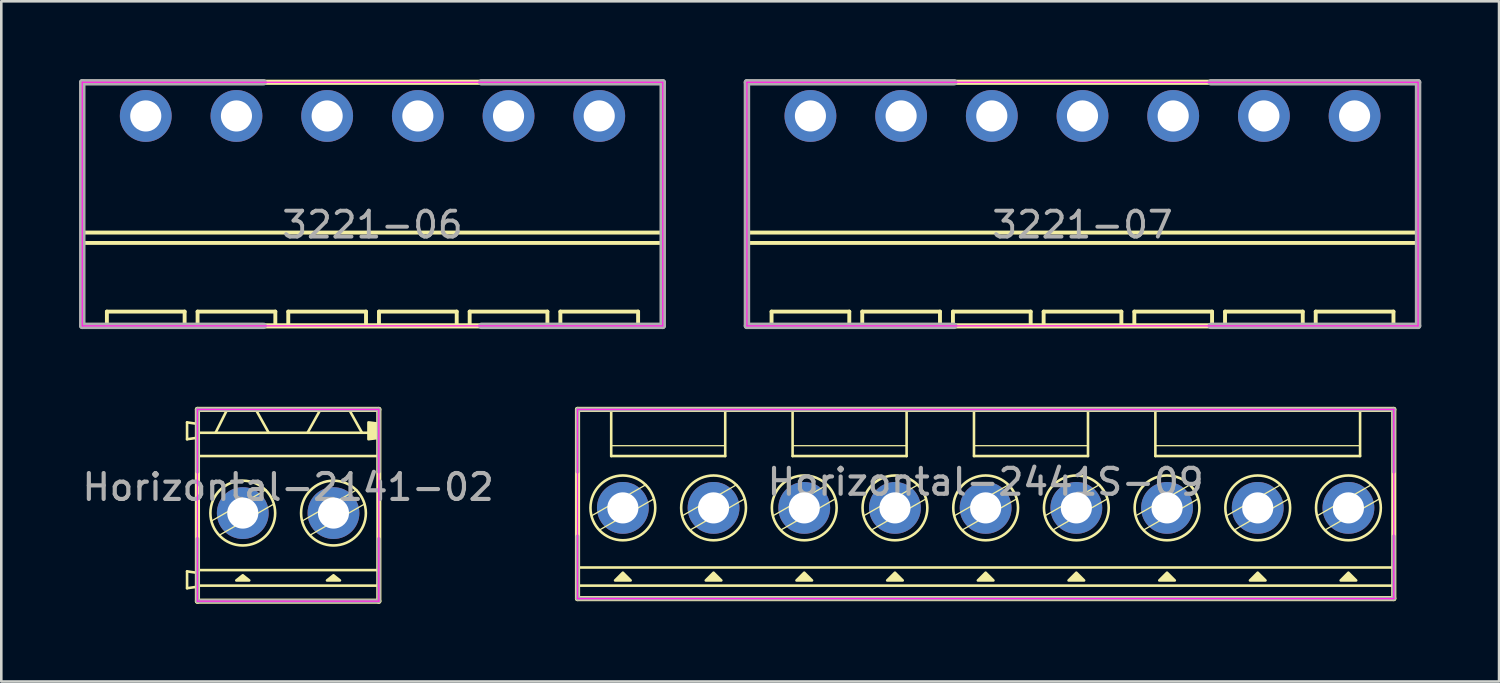
<source format=kicad_pcb>
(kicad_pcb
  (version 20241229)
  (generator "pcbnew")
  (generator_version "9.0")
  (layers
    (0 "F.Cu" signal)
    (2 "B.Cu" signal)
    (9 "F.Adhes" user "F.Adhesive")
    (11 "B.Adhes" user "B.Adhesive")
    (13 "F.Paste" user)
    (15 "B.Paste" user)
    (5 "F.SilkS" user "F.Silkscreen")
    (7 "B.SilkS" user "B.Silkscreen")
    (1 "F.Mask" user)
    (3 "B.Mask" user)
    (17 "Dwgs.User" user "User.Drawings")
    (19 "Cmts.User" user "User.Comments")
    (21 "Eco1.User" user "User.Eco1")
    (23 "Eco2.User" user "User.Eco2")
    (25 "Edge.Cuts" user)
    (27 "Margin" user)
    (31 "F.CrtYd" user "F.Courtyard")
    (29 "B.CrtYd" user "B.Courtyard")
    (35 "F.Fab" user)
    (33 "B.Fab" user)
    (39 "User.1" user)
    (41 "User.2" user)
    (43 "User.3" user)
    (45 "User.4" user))
  (footprint "Horizontal-2141-02"
    (layer "F.Cu")
    (at 8.069 16.75)
    (property "Reference" "Horizontal-2141-02" (at 0 -1 180) (layer "F.Fab") (effects (font (size 1 1) (thickness 0.16))))
    (attr through_hole)
    (fp_line (start -3.9 -3.5) (end -3.9 -2.85) (stroke (width 0.1) (type solid)) (layer "F.SilkS"))
    (fp_line (start -3.9 -2.85) (end -3.55 -2.9) (stroke (width 0.1) (type solid)) (layer "F.SilkS"))
    (fp_line (start -3.9 2.25) (end -3.9 2.9) (stroke (width 0.1) (type solid)) (layer "F.SilkS"))
    (fp_line (start -3.9 2.9) (end -3.55 2.85) (stroke (width 0.1) (type solid)) (layer "F.SilkS"))
    (fp_line (start -3.55 -3.45) (end -3.9 -3.5) (stroke (width 0.1) (type solid)) (layer "F.SilkS"))
    (fp_line (start -3.55 2.3) (end -3.9 2.25) (stroke (width 0.1) (type solid)) (layer "F.SilkS"))
    (fp_line (start -3.5 -4) (end -3.5 3.4) (stroke (width 0.2) (type solid)) (layer "F.SilkS"))
    (fp_line (start -3.5 -4) (end 3.5 -4) (stroke (width 0.2) (type solid)) (layer "F.SilkS"))
    (fp_line (start -3.5 -3.1) (end 3.5 -3.1) (stroke (width 0.1) (type solid)) (layer "F.SilkS"))
    (fp_line (start -3.5 -2.2) (end 3.5 -2.2) (stroke (width 0.1) (type solid)) (layer "F.SilkS"))
    (fp_line (start -3.5 2.2) (end 3.5 2.2) (stroke (width 0.1) (type solid)) (layer "F.SilkS"))
    (fp_line (start -3.5 2.8) (end 3.5 2.8) (stroke (width 0.1) (type solid)) (layer "F.SilkS"))
    (fp_line (start -3.5 3.4) (end 3.5 3.4) (stroke (width 0.2) (type solid)) (layer "F.SilkS"))
    (fp_line (start -2.95 0.3) (end -0.85 -0.9) (stroke (width 0.05) (type solid)) (layer "F.SilkS"))
    (fp_line (start -2.8 -3.1) (end -2.35 -4) (stroke (width 0.1) (type solid)) (layer "F.SilkS"))
    (fp_line (start -2.65 0.85) (end -0.55 -0.35) (stroke (width 0.05) (type solid)) (layer "F.SilkS"))
    (fp_line (start -1.25 -4) (end -0.75 -3.1) (stroke (width 0.1) (type solid)) (layer "F.SilkS"))
    (fp_line (start 0.55 0.3) (end 2.65 -0.9) (stroke (width 0.05) (type solid)) (layer "F.SilkS"))
    (fp_line (start 0.75 -3.1) (end 1.25 -4) (stroke (width 0.1) (type solid)) (layer "F.SilkS"))
    (fp_line (start 0.85 0.85) (end 2.95 -0.35) (stroke (width 0.05) (type solid)) (layer "F.SilkS"))
    (fp_line (start 2.35 -4) (end 2.85 -3.1) (stroke (width 0.1) (type solid)) (layer "F.SilkS"))
    (fp_line (start 3.5 -4) (end 3.5 3.4) (stroke (width 0.2) (type solid)) (layer "F.SilkS"))
    (fp_circle (center -1.75 0) (end -0.5 0) (stroke (width 0.1) (type solid)) (fill no) (layer "F.SilkS"))
    (fp_circle (center 1.75 0) (end 3 0) (stroke (width 0.1) (type solid)) (fill no) (layer "F.SilkS"))
    (fp_poly (pts (xy -1.5 2.6) (xy -2 2.6) (xy -1.75 2.4)) (stroke (width 0.1) (type solid)) (fill yes) (layer "F.SilkS"))
    (fp_poly (pts (xy 2 2.6) (xy 1.5 2.6) (xy 1.75 2.4)) (stroke (width 0.1) (type solid)) (fill yes) (layer "F.SilkS"))
    (fp_poly (pts (xy 3.5 -3.45) (xy 3.5 -2.9) (xy 3.1 -2.85) (xy 3.1 -3.5)) (stroke (width 0.1) (type solid)) (fill yes) (layer "F.SilkS"))
    (fp_line (start -3.5 -4) (end 3.5 -4) (stroke (width 0.05) (type solid)) (layer "F.CrtYd"))
    (fp_line (start -3.5 3.4) (end -3.5 -4) (stroke (width 0.05) (type solid)) (layer "F.CrtYd"))
    (fp_line (start -3.5 3.4) (end 3.5 3.4) (stroke (width 0.05) (type solid)) (layer "F.CrtYd"))
    (fp_line (start 3.5 -4) (end 3.5 3.4) (stroke (width 0.05) (type solid)) (layer "F.CrtYd"))
    (fp_line (start -3.5 -4) (end -3.5 -1.6) (stroke (width 0.15) (type solid)) (layer "F.Fab"))
    (fp_line (start -3.5 -4) (end 3.5 -4) (stroke (width 0.15) (type solid)) (layer "F.Fab"))
    (fp_line (start -3.5 1) (end -3.5 3.4) (stroke (width 0.15) (type solid)) (layer "F.Fab"))
    (fp_line (start -3.5 3.4) (end 3.5 3.4) (stroke (width 0.15) (type solid)) (layer "F.Fab"))
    (fp_line (start 3.5 -4) (end 3.5 -1.6) (stroke (width 0.15) (type solid)) (layer "F.Fab"))
    (fp_line (start 3.5 1) (end 3.5 3.4) (stroke (width 0.15) (type solid)) (layer "F.Fab"))
    (pad "1" thru_hole circle (at -1.75 0) (size 2 2) (drill 1.2) (layers "*.Cu" "*.Mask"))
    (pad "2" thru_hole circle (at 1.75 0) (size 2 2) (drill 1.2) (layers "*.Cu" "*.Mask")))
  (footprint "Horizontal-2441S-09"
    (layer "F.Cu")
    (at 34.987 16.55)
    (property "Reference" "Horizontal-2441S-09" (at 0 -1 180) (layer "F.Fab") (effects (font (size 1 1) (thickness 0.16))))
    (attr through_hole)
    (fp_line (start -15.75 -3.8) (end -15.75 3.5) (stroke (width 0.2) (type solid)) (layer "F.SilkS"))
    (fp_line (start -15.75 -3.8) (end 15.75 -3.8) (stroke (width 0.2) (type solid)) (layer "F.SilkS"))
    (fp_line (start -15.75 2.3) (end 15.75 2.3) (stroke (width 0.1) (type solid)) (layer "F.SilkS"))
    (fp_line (start -15.75 3) (end 15.75 3) (stroke (width 0.1) (type solid)) (layer "F.SilkS"))
    (fp_line (start -15.75 3.5) (end 15.75 3.5) (stroke (width 0.2) (type solid)) (layer "F.SilkS"))
    (fp_line (start -15.2 0.3) (end -13.1 -0.9) (stroke (width 0.05) (type solid)) (layer "F.SilkS"))
    (fp_line (start -14.9 0.85) (end -12.8 -0.35) (stroke (width 0.05) (type solid)) (layer "F.SilkS"))
    (fp_line (start -14.45 -3.8) (end -14.45 -2) (stroke (width 0.1) (type solid)) (layer "F.SilkS"))
    (fp_line (start -14.45 -2.4) (end -10.05 -2.4) (stroke (width 0.05) (type solid)) (layer "F.SilkS"))
    (fp_line (start -14.45 -2) (end -10.05 -2) (stroke (width 0.1) (type solid)) (layer "F.SilkS"))
    (fp_line (start -11.7 0.3) (end -9.6 -0.9) (stroke (width 0.05) (type solid)) (layer "F.SilkS"))
    (fp_line (start -11.4 0.85) (end -9.3 -0.35) (stroke (width 0.05) (type solid)) (layer "F.SilkS"))
    (fp_line (start -10.05 -3.8) (end -10.05 -2) (stroke (width 0.1) (type solid)) (layer "F.SilkS"))
    (fp_line (start -8.2 0.3) (end -6.1 -0.9) (stroke (width 0.05) (type solid)) (layer "F.SilkS"))
    (fp_line (start -7.9 0.85) (end -5.8 -0.35) (stroke (width 0.05) (type solid)) (layer "F.SilkS"))
    (fp_line (start -7.45 -3.8) (end -7.45 -2) (stroke (width 0.1) (type solid)) (layer "F.SilkS"))
    (fp_line (start -7.45 -2.4) (end -3.05 -2.4) (stroke (width 0.05) (type solid)) (layer "F.SilkS"))
    (fp_line (start -7.45 -2) (end -3.05 -2) (stroke (width 0.1) (type solid)) (layer "F.SilkS"))
    (fp_line (start -4.7 0.3) (end -2.6 -0.9) (stroke (width 0.05) (type solid)) (layer "F.SilkS"))
    (fp_line (start -4.4 0.85) (end -2.3 -0.35) (stroke (width 0.05) (type solid)) (layer "F.SilkS"))
    (fp_line (start -3.05 -3.8) (end -3.05 -2) (stroke (width 0.1) (type solid)) (layer "F.SilkS"))
    (fp_line (start -1.2 0.3) (end 0.9 -0.9) (stroke (width 0.05) (type solid)) (layer "F.SilkS"))
    (fp_line (start -0.9 0.85) (end 1.2 -0.35) (stroke (width 0.05) (type solid)) (layer "F.SilkS"))
    (fp_line (start -0.45 -3.8) (end -0.45 -2) (stroke (width 0.1) (type solid)) (layer "F.SilkS"))
    (fp_line (start -0.45 -2.4) (end 3.95 -2.4) (stroke (width 0.05) (type solid)) (layer "F.SilkS"))
    (fp_line (start -0.45 -2) (end 3.95 -2) (stroke (width 0.1) (type solid)) (layer "F.SilkS"))
    (fp_line (start 2.3 0.3) (end 4.4 -0.9) (stroke (width 0.05) (type solid)) (layer "F.SilkS"))
    (fp_line (start 2.6 0.85) (end 4.7 -0.35) (stroke (width 0.05) (type solid)) (layer "F.SilkS"))
    (fp_line (start 3.95 -3.8) (end 3.95 -2) (stroke (width 0.1) (type solid)) (layer "F.SilkS"))
    (fp_line (start 5.8 0.3) (end 7.9 -0.9) (stroke (width 0.05) (type solid)) (layer "F.SilkS"))
    (fp_line (start 6.1 0.85) (end 8.2 -0.35) (stroke (width 0.05) (type solid)) (layer "F.SilkS"))
    (fp_line (start 6.55 -3.8) (end 6.55 -2) (stroke (width 0.1) (type solid)) (layer "F.SilkS"))
    (fp_line (start 6.55 -2.4) (end 14.45 -2.4) (stroke (width 0.05) (type solid)) (layer "F.SilkS"))
    (fp_line (start 6.55 -2) (end 14.45 -2) (stroke (width 0.1) (type solid)) (layer "F.SilkS"))
    (fp_line (start 9.3 0.3) (end 11.4 -0.9) (stroke (width 0.05) (type solid)) (layer "F.SilkS"))
    (fp_line (start 9.6 0.85) (end 11.7 -0.35) (stroke (width 0.05) (type solid)) (layer "F.SilkS"))
    (fp_line (start 12.8 0.3) (end 14.9 -0.9) (stroke (width 0.05) (type solid)) (layer "F.SilkS"))
    (fp_line (start 13.1 0.85) (end 15.2 -0.35) (stroke (width 0.05) (type solid)) (layer "F.SilkS"))
    (fp_line (start 14.45 -3.8) (end 14.45 -2) (stroke (width 0.1) (type solid)) (layer "F.SilkS"))
    (fp_line (start 15.75 -3.8) (end 15.75 3.5) (stroke (width 0.2) (type solid)) (layer "F.SilkS"))
    (fp_circle (center -14 0) (end -12.75 0) (stroke (width 0.1) (type solid)) (fill no) (layer "F.SilkS"))
    (fp_circle (center -10.5 0) (end -9.25 0) (stroke (width 0.1) (type solid)) (fill no) (layer "F.SilkS"))
    (fp_circle (center -7 0) (end -5.75 0) (stroke (width 0.1) (type solid)) (fill no) (layer "F.SilkS"))
    (fp_circle (center -3.5 0) (end -2.25 0) (stroke (width 0.1) (type solid)) (fill no) (layer "F.SilkS"))
    (fp_circle (center 0 0) (end 1.25 0) (stroke (width 0.1) (type solid)) (fill no) (layer "F.SilkS"))
    (fp_circle (center 3.5 0) (end 4.75 0) (stroke (width 0.1) (type solid)) (fill no) (layer "F.SilkS"))
    (fp_circle (center 7 0) (end 8.25 0) (stroke (width 0.1) (type solid)) (fill no) (layer "F.SilkS"))
    (fp_circle (center 10.5 0) (end 11.75 0) (stroke (width 0.1) (type solid)) (fill no) (layer "F.SilkS"))
    (fp_circle (center 14 0) (end 15.25 0) (stroke (width 0.1) (type solid)) (fill no) (layer "F.SilkS"))
    (fp_poly (pts (xy -13.7 2.8) (xy -14.3 2.8) (xy -14 2.5)) (stroke (width 0.1) (type solid)) (fill yes) (layer "F.SilkS"))
    (fp_poly (pts (xy -10.2 2.8) (xy -10.8 2.8) (xy -10.5 2.5)) (stroke (width 0.1) (type solid)) (fill yes) (layer "F.SilkS"))
    (fp_poly (pts (xy -6.7 2.8) (xy -7.3 2.8) (xy -7 2.5)) (stroke (width 0.1) (type solid)) (fill yes) (layer "F.SilkS"))
    (fp_poly (pts (xy -3.2 2.8) (xy -3.8 2.8) (xy -3.5 2.5)) (stroke (width 0.1) (type solid)) (fill yes) (layer "F.SilkS"))
    (fp_poly (pts (xy 0.3 2.8) (xy -0.3 2.8) (xy 0 2.5)) (stroke (width 0.1) (type solid)) (fill yes) (layer "F.SilkS"))
    (fp_poly (pts (xy 3.8 2.8) (xy 3.2 2.8) (xy 3.5 2.5)) (stroke (width 0.1) (type solid)) (fill yes) (layer "F.SilkS"))
    (fp_poly (pts (xy 7.3 2.8) (xy 6.7 2.8) (xy 7 2.5)) (stroke (width 0.1) (type solid)) (fill yes) (layer "F.SilkS"))
    (fp_poly (pts (xy 10.8 2.8) (xy 10.2 2.8) (xy 10.5 2.5)) (stroke (width 0.1) (type solid)) (fill yes) (layer "F.SilkS"))
    (fp_poly (pts (xy 14.3 2.8) (xy 13.7 2.8) (xy 14 2.5)) (stroke (width 0.1) (type solid)) (fill yes) (layer "F.SilkS"))
    (fp_line (start -15.75 3.5) (end -15.75 -3.8) (stroke (width 0.05) (type solid)) (layer "F.CrtYd"))
    (fp_line (start -15.75 3.5) (end 15.75 3.5) (stroke (width 0.05) (type solid)) (layer "F.CrtYd"))
    (fp_line (start 15.75 -3.8) (end -15.75 -3.8) (stroke (width 0.05) (type solid)) (layer "F.CrtYd"))
    (fp_line (start 15.75 -3.8) (end 15.75 3.5) (stroke (width 0.05) (type solid)) (layer "F.CrtYd"))
    (fp_line (start -15.75 -3.8) (end -15.75 -1.4) (stroke (width 0.15) (type solid)) (layer "F.Fab"))
    (fp_line (start -15.75 -3.8) (end 15.75 -3.8) (stroke (width 0.15) (type solid)) (layer "F.Fab"))
    (fp_line (start -15.75 1.1) (end -15.75 3.5) (stroke (width 0.15) (type solid)) (layer "F.Fab"))
    (fp_line (start -15.75 3.5) (end 15.75 3.5) (stroke (width 0.15) (type solid)) (layer "F.Fab"))
    (fp_line (start 15.75 -3.8) (end 15.75 -1.4) (stroke (width 0.15) (type solid)) (layer "F.Fab"))
    (fp_line (start 15.75 1.1) (end 15.75 3.5) (stroke (width 0.15) (type solid)) (layer "F.Fab"))
    (pad "1" thru_hole circle (at -14 0) (size 2 2) (drill 1.2) (layers "*.Cu" "*.Mask"))
    (pad "2" thru_hole circle (at -10.5 0) (size 2 2) (drill 1.2) (layers "*.Cu" "*.Mask"))
    (pad "3" thru_hole circle (at -7 0) (size 2 2) (drill 1.2) (layers "*.Cu" "*.Mask"))
    (pad "4" thru_hole circle (at -3.5 0) (size 2 2) (drill 1.2) (layers "*.Cu" "*.Mask"))
    (pad "5" thru_hole circle (at 0 0) (size 2 2) (drill 1.2) (layers "*.Cu" "*.Mask"))
    (pad "6" thru_hole circle (at 3.5 0) (size 2 2) (drill 1.2) (layers "*.Cu" "*.Mask"))
    (pad "7" thru_hole circle (at 7 0) (size 2 2) (drill 1.2) (layers "*.Cu" "*.Mask"))
    (pad "8" thru_hole circle (at 10.5 0) (size 2 2) (drill 1.2) (layers "*.Cu" "*.Mask"))
    (pad "9" thru_hole circle (at 14 0) (size 2 2) (drill 1.2) (layers "*.Cu" "*.Mask")))
  (footprint "3221-07"
    (layer "F.Cu")
    (at 38.725 1.425)
    (property "Reference" "3221-07" (at 0 4.2 0) (layer "F.Fab") (effects (font (size 1 1) (thickness 0.15))))
    (attr through_hole)
    (fp_line (start -12.95 -1.3) (end -12.95 8.1) (stroke (width 0.2) (type solid)) (layer "F.SilkS"))
    (fp_line (start -12.95 -1.3) (end 12.95 -1.3) (stroke (width 0.2) (type solid)) (layer "F.SilkS"))
    (fp_line (start -12.95 8.1) (end 12.95 8.1) (stroke (width 0.2) (type solid)) (layer "F.SilkS"))
    (fp_line (start -12.9 4.5) (end 12.95 4.5) (stroke (width 0.15) (type solid)) (layer "F.SilkS"))
    (fp_line (start -12 7.55) (end -9 7.55) (stroke (width 0.15) (type solid)) (layer "F.SilkS"))
    (fp_line (start -12 8.1) (end -12 7.55) (stroke (width 0.15) (type solid)) (layer "F.SilkS"))
    (fp_line (start -9 7.55) (end -9 8) (stroke (width 0.15) (type solid)) (layer "F.SilkS"))
    (fp_line (start -8.5 7.55) (end -5.5 7.55) (stroke (width 0.15) (type solid)) (layer "F.SilkS"))
    (fp_line (start -8.5 8.1) (end -8.5 7.55) (stroke (width 0.15) (type solid)) (layer "F.SilkS"))
    (fp_line (start -5.5 7.55) (end -5.5 8) (stroke (width 0.15) (type solid)) (layer "F.SilkS"))
    (fp_line (start -5 7.55) (end -2 7.55) (stroke (width 0.15) (type solid)) (layer "F.SilkS"))
    (fp_line (start -5 8.1) (end -5 7.55) (stroke (width 0.15) (type solid)) (layer "F.SilkS"))
    (fp_line (start -2 7.55) (end -2 8) (stroke (width 0.15) (type solid)) (layer "F.SilkS"))
    (fp_line (start -1.5 7.55) (end 1.5 7.55) (stroke (width 0.15) (type solid)) (layer "F.SilkS"))
    (fp_line (start -1.5 8) (end -1.5 7.55) (stroke (width 0.15) (type solid)) (layer "F.SilkS"))
    (fp_line (start 1.5 7.55) (end 1.5 8.1) (stroke (width 0.15) (type solid)) (layer "F.SilkS"))
    (fp_line (start 2 7.55) (end 5 7.55) (stroke (width 0.15) (type solid)) (layer "F.SilkS"))
    (fp_line (start 2 8.1) (end 2 7.55) (stroke (width 0.15) (type solid)) (layer "F.SilkS"))
    (fp_line (start 5 7.55) (end 5 8) (stroke (width 0.15) (type solid)) (layer "F.SilkS"))
    (fp_line (start 5.5 7.55) (end 8.5 7.55) (stroke (width 0.15) (type solid)) (layer "F.SilkS"))
    (fp_line (start 5.5 8) (end 5.5 7.55) (stroke (width 0.15) (type solid)) (layer "F.SilkS"))
    (fp_line (start 8.5 7.55) (end 8.5 8.1) (stroke (width 0.15) (type solid)) (layer "F.SilkS"))
    (fp_line (start 9 7.55) (end 12 7.55) (stroke (width 0.15) (type solid)) (layer "F.SilkS"))
    (fp_line (start 9 8) (end 9 7.55) (stroke (width 0.15) (type solid)) (layer "F.SilkS"))
    (fp_line (start 12 7.55) (end 12 8.1) (stroke (width 0.15) (type solid)) (layer "F.SilkS"))
    (fp_line (start 12.95 -1.3) (end 12.95 8.1) (stroke (width 0.2) (type solid)) (layer "F.SilkS"))
    (fp_line (start 12.95 4.9) (end -12.95 4.9) (stroke (width 0.15) (type solid)) (layer "F.SilkS"))
    (fp_line (start -12.95 -1.3) (end -12.95 8.1) (stroke (width 0.05) (type solid)) (layer "F.CrtYd"))
    (fp_line (start -12.95 8.1) (end 12.95 8.1) (stroke (width 0.05) (type solid)) (layer "F.CrtYd"))
    (fp_line (start 12.95 -1.3) (end -12.95 -1.3) (stroke (width 0.05) (type solid)) (layer "F.CrtYd"))
    (fp_line (start 12.95 8.1) (end 12.95 -1.3) (stroke (width 0.05) (type solid)) (layer "F.CrtYd"))
    (fp_line (start -12.95 -1.3) (end -12.95 8.1) (stroke (width 0.25) (type solid)) (layer "F.Fab"))
    (fp_line (start -12.95 -1.3) (end -4.95 -1.3) (stroke (width 0.25) (type solid)) (layer "F.Fab"))
    (fp_line (start -12.95 8.1) (end -4.95 8.1) (stroke (width 0.25) (type solid)) (layer "F.Fab"))
    (fp_line (start 4.95 -1.3) (end 12.95 -1.3) (stroke (width 0.25) (type solid)) (layer "F.Fab"))
    (fp_line (start 4.95 8.1) (end 12.95 8.1) (stroke (width 0.25) (type solid)) (layer "F.Fab"))
    (fp_line (start 12.95 -1.3) (end 12.95 8.1) (stroke (width 0.25) (type solid)) (layer "F.Fab"))
    (pad "1" thru_hole circle (at -10.5 0 180) (size 2 2) (drill 1.2) (layers "*.Cu" "*.Mask"))
    (pad "2" thru_hole circle (at -7 0 180) (size 2 2) (drill 1.2) (layers "*.Cu" "*.Mask"))
    (pad "3" thru_hole circle (at -3.5 0 180) (size 2 2) (drill 1.2) (layers "*.Cu" "*.Mask"))
    (pad "4" thru_hole circle (at 0 0 180) (size 2 2) (drill 1.2) (layers "*.Cu" "*.Mask"))
    (pad "5" thru_hole circle (at 3.5 0 180) (size 2 2) (drill 1.2) (layers "*.Cu" "*.Mask"))
    (pad "6" thru_hole circle (at 7 0 180) (size 2 2) (drill 1.2) (layers "*.Cu" "*.Mask"))
    (pad "7" thru_hole circle (at 10.5 0 180) (size 2 2) (drill 1.2) (layers "*.Cu" "*.Mask")))
  (footprint "3221-06"
    (layer "F.Cu")
    (at 11.325 1.425)
    (property "Reference" "3221-06" (at 0 4.2 0) (layer "F.Fab") (effects (font (size 1 1) (thickness 0.15))))
    (attr through_hole)
    (fp_line (start -11.2 -1.3) (end -11.2 8.1) (stroke (width 0.2) (type solid)) (layer "F.SilkS"))
    (fp_line (start -11.2 -1.3) (end 11.2 -1.3) (stroke (width 0.2) (type solid)) (layer "F.SilkS"))
    (fp_line (start -11.2 4.5) (end 11.2 4.5) (stroke (width 0.15) (type solid)) (layer "F.SilkS"))
    (fp_line (start -11.2 8.1) (end 11.2 8.1) (stroke (width 0.2) (type solid)) (layer "F.SilkS"))
    (fp_line (start -10.25 7.55) (end -7.25 7.55) (stroke (width 0.15) (type solid)) (layer "F.SilkS"))
    (fp_line (start -10.25 8.1) (end -10.25 7.55) (stroke (width 0.15) (type solid)) (layer "F.SilkS"))
    (fp_line (start -7.25 7.55) (end -7.25 8) (stroke (width 0.15) (type solid)) (layer "F.SilkS"))
    (fp_line (start -6.75 7.55) (end -3.75 7.55) (stroke (width 0.15) (type solid)) (layer "F.SilkS"))
    (fp_line (start -6.75 8.1) (end -6.75 7.55) (stroke (width 0.15) (type solid)) (layer "F.SilkS"))
    (fp_line (start -3.75 7.55) (end -3.75 8) (stroke (width 0.15) (type solid)) (layer "F.SilkS"))
    (fp_line (start -3.25 7.55) (end -0.25 7.55) (stroke (width 0.15) (type solid)) (layer "F.SilkS"))
    (fp_line (start -3.25 8.1) (end -3.25 7.55) (stroke (width 0.15) (type solid)) (layer "F.SilkS"))
    (fp_line (start -0.25 7.55) (end -0.25 8) (stroke (width 0.15) (type solid)) (layer "F.SilkS"))
    (fp_line (start 0.25 7.55) (end 3.25 7.55) (stroke (width 0.15) (type solid)) (layer "F.SilkS"))
    (fp_line (start 0.25 8) (end 0.25 7.55) (stroke (width 0.15) (type solid)) (layer "F.SilkS"))
    (fp_line (start 3.25 7.55) (end 3.25 8.1) (stroke (width 0.15) (type solid)) (layer "F.SilkS"))
    (fp_line (start 3.75 7.55) (end 6.75 7.55) (stroke (width 0.15) (type solid)) (layer "F.SilkS"))
    (fp_line (start 3.75 8.1) (end 3.75 7.55) (stroke (width 0.15) (type solid)) (layer "F.SilkS"))
    (fp_line (start 6.75 7.55) (end 6.75 8) (stroke (width 0.15) (type solid)) (layer "F.SilkS"))
    (fp_line (start 7.25 7.55) (end 10.25 7.55) (stroke (width 0.15) (type solid)) (layer "F.SilkS"))
    (fp_line (start 7.25 8) (end 7.25 7.55) (stroke (width 0.15) (type solid)) (layer "F.SilkS"))
    (fp_line (start 10.25 7.55) (end 10.25 8.1) (stroke (width 0.15) (type solid)) (layer "F.SilkS"))
    (fp_line (start 11.2 -1.3) (end 11.2 8.1) (stroke (width 0.2) (type solid)) (layer "F.SilkS"))
    (fp_line (start 11.2 4.9) (end -11.2 4.9) (stroke (width 0.15) (type solid)) (layer "F.SilkS"))
    (fp_line (start -11.2 -1.3) (end -11.2 8.1) (stroke (width 0.05) (type solid)) (layer "F.CrtYd"))
    (fp_line (start -11.2 8.1) (end 11.2 8.1) (stroke (width 0.05) (type solid)) (layer "F.CrtYd"))
    (fp_line (start 11.2 -1.3) (end -11.2 -1.3) (stroke (width 0.05) (type solid)) (layer "F.CrtYd"))
    (fp_line (start 11.2 8.1) (end 11.2 -1.3) (stroke (width 0.05) (type solid)) (layer "F.CrtYd"))
    (fp_line (start -11.2 -1.3) (end -11.2 8.1) (stroke (width 0.25) (type solid)) (layer "F.Fab"))
    (fp_line (start -11.2 -1.3) (end -4.2 -1.3) (stroke (width 0.25) (type solid)) (layer "F.Fab"))
    (fp_line (start -11.2 8.1) (end -4.2 8.1) (stroke (width 0.25) (type solid)) (layer "F.Fab"))
    (fp_line (start 4.2 -1.3) (end 11.2 -1.3) (stroke (width 0.25) (type solid)) (layer "F.Fab"))
    (fp_line (start 4.2 8.1) (end 11.2 8.1) (stroke (width 0.25) (type solid)) (layer "F.Fab"))
    (fp_line (start 11.2 -1.3) (end 11.2 8.1) (stroke (width 0.25) (type solid)) (layer "F.Fab"))
    (pad "1" thru_hole circle (at -8.75 0 180) (size 2 2) (drill 1.2) (layers "*.Cu" "*.Mask"))
    (pad "2" thru_hole circle (at -5.25 0 180) (size 2 2) (drill 1.2) (layers "*.Cu" "*.Mask"))
    (pad "3" thru_hole circle (at -1.75 0 180) (size 2 2) (drill 1.2) (layers "*.Cu" "*.Mask"))
    (pad "4" thru_hole circle (at 1.75 0 180) (size 2 2) (drill 1.2) (layers "*.Cu" "*.Mask"))
    (pad "5" thru_hole circle (at 5.25 0 180) (size 2 2) (drill 1.2) (layers "*.Cu" "*.Mask"))
    (pad "6" thru_hole circle (at 8.75 0 180) (size 2 2) (drill 1.2) (layers "*.Cu" "*.Mask")))
  (gr_rect
    (start -3 -3)
    (end 54.8 23.25)
    (stroke (width 0.1) (type default))
    (fill no)
    (layer "Edge.Cuts")))
</source>
